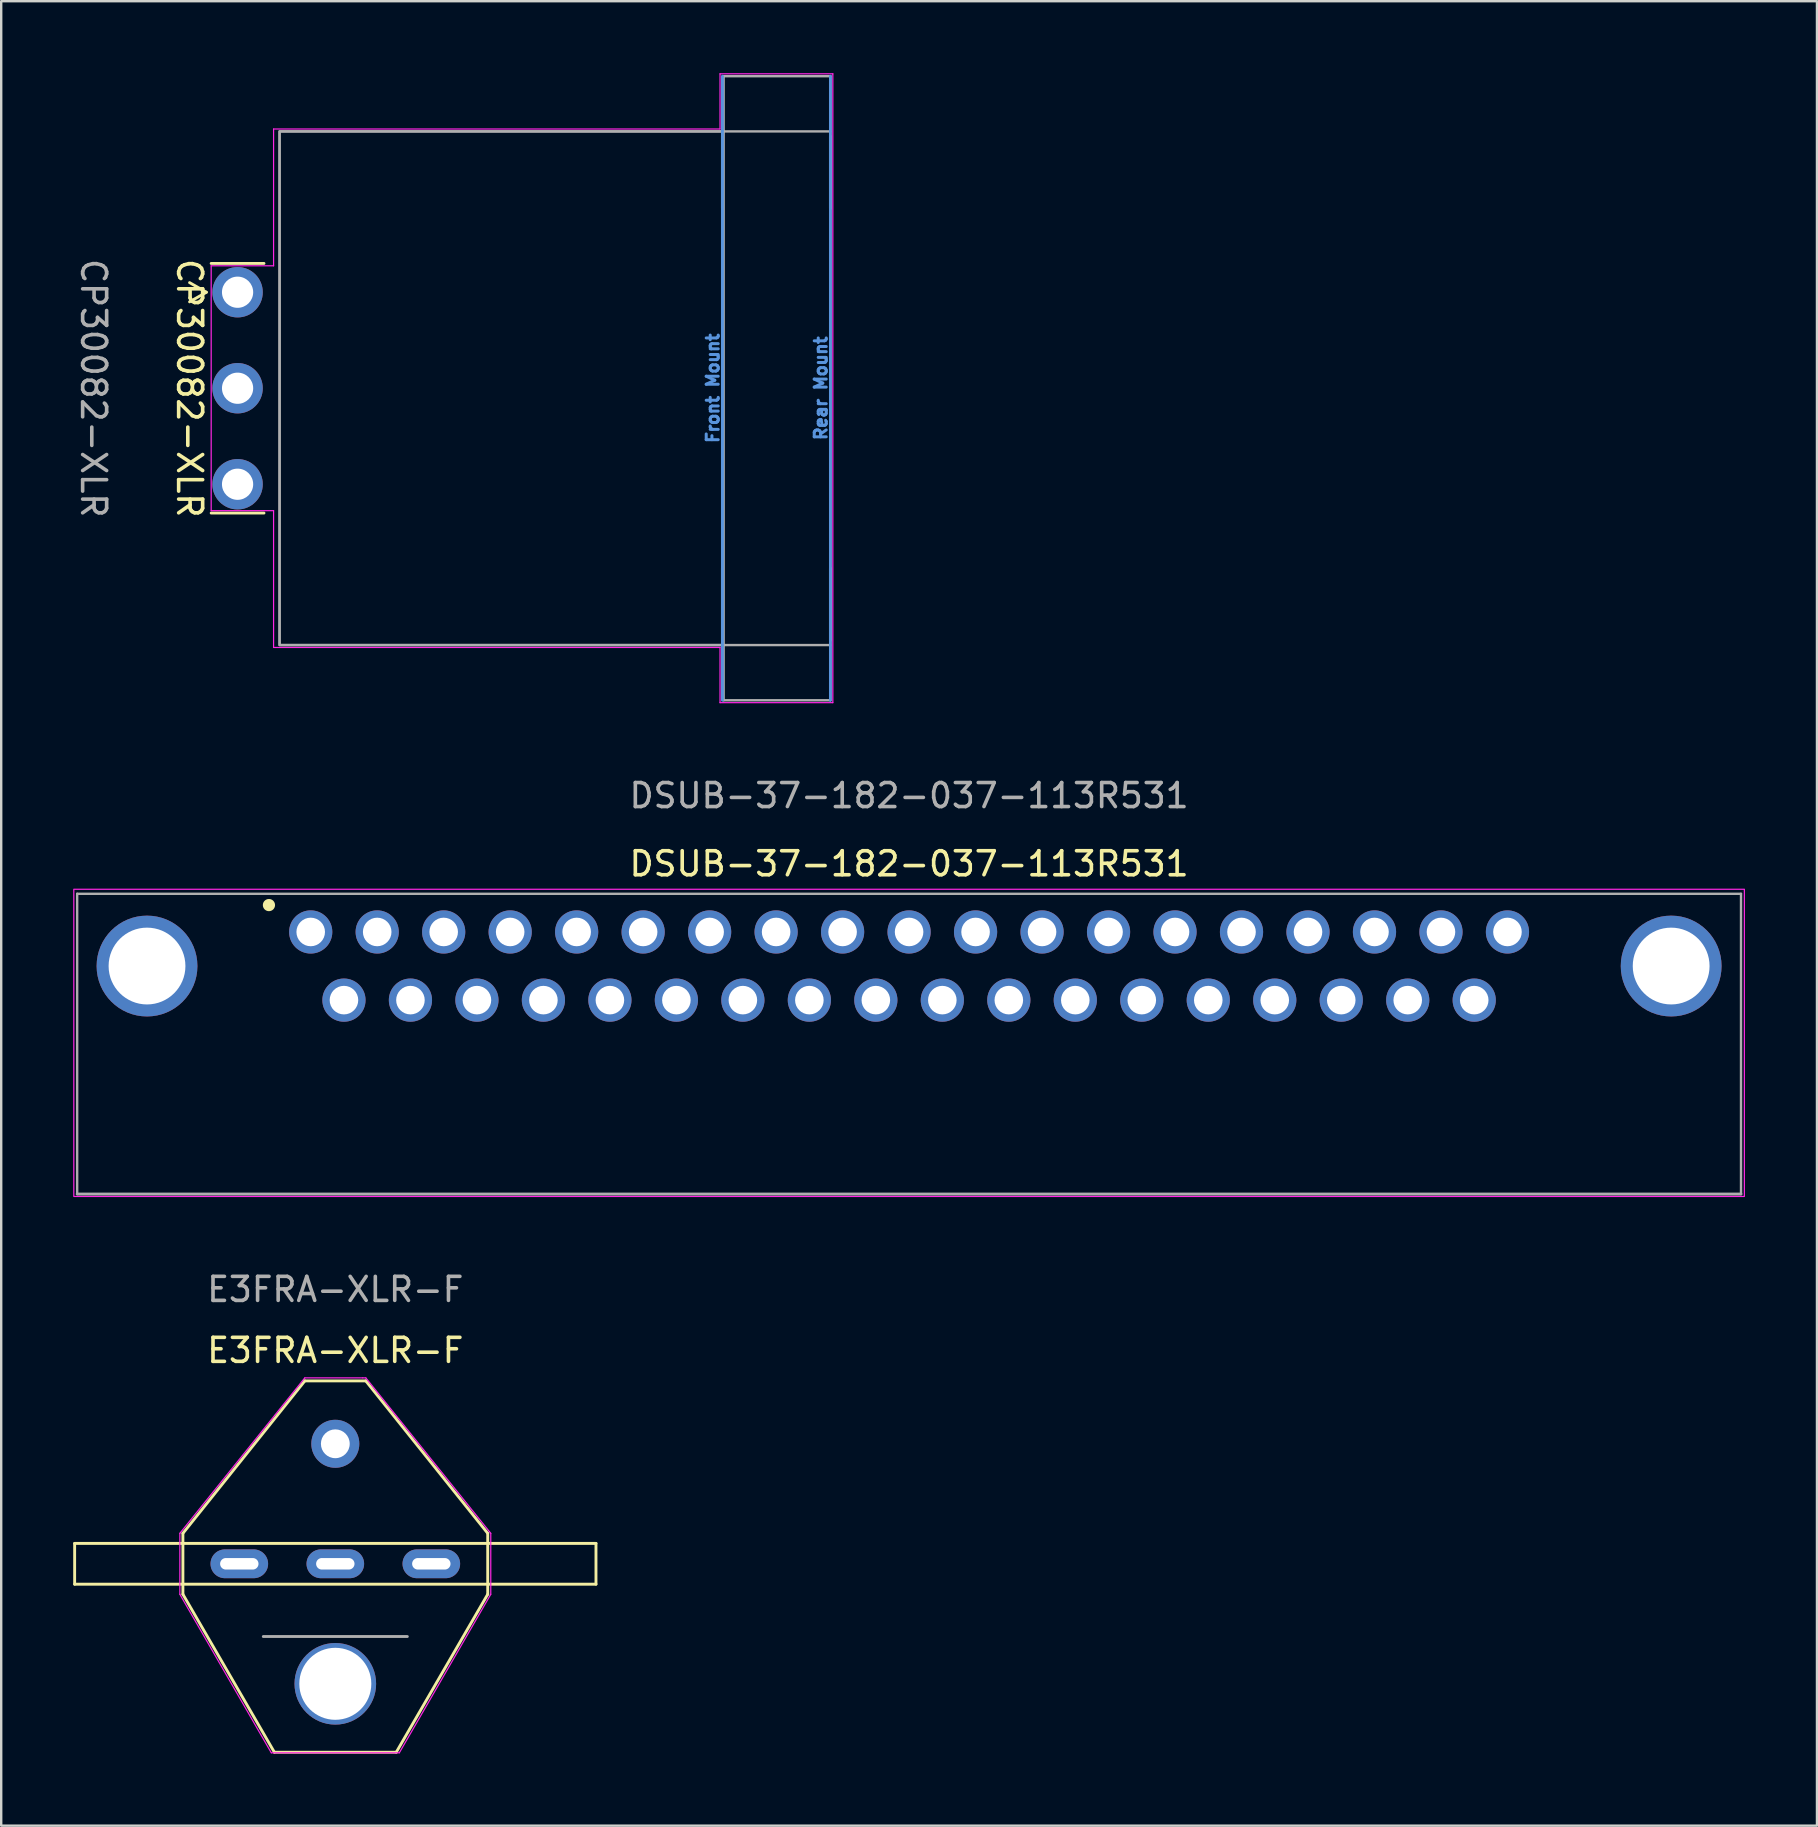
<source format=kicad_pcb>
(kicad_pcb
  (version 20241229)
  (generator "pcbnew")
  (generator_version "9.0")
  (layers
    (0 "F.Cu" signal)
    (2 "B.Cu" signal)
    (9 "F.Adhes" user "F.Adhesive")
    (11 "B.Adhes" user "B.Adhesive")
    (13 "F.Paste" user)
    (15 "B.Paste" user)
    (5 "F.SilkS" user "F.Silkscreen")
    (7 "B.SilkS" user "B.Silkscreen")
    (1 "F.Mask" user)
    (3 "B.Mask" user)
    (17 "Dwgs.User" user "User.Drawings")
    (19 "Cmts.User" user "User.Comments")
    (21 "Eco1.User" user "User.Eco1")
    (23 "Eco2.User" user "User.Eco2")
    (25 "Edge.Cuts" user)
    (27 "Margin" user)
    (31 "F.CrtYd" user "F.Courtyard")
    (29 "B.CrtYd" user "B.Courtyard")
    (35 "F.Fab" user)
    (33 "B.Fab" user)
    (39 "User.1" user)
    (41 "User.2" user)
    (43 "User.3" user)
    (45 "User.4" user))
  (footprint "DSUB-37-182-037-113R531"
    (layer "F.Cu")
    (at 34.825 37.198)
    (property "Reference" "DSUB-37-182-037-113R531" (at 0 -4.26 0) (unlocked yes) (layer "F.SilkS") (effects (font (size 1 1) (thickness 0.15))))
    (attr through_hole)
    (fp_circle (center -26.67 -2.54) (end -26.416 -2.54) (stroke (width 0) (type solid)) (fill yes) (layer "F.SilkS"))
    (fp_rect (start -34.8 -3.2) (end 34.8 9.6) (stroke (width 0.05) (type solid)) (fill no) (layer "F.CrtYd"))
    (fp_line (start -34.66 -3.01) (end 34.66 -3.01) (stroke (width 0.1) (type solid)) (layer "F.Fab"))
    (fp_line (start -34.66 9.5) (end -34.66 -3.01) (stroke (width 0.1) (type solid)) (layer "F.Fab"))
    (fp_line (start -34.66 9.5) (end 34.66 9.5) (stroke (width 0.12) (type solid)) (layer "F.Fab"))
    (fp_line (start 34.66 -3.01) (end 34.66 9.5) (stroke (width 0.1) (type solid)) (layer "F.Fab"))
    (fp_text user "${REFERENCE}" (at 0 -7.1 0) (unlocked yes) (layer "F.Fab") (effects (font (size 1 1) (thickness 0.15))))
    (pad "0" thru_hole circle (at -31.75 0) (size 4.2 4.2) (drill 3.2) (layers "*.Cu" "*.Mask"))
    (pad "0" thru_hole circle (at 31.75 0) (size 4.2 4.2) (drill 3.2) (layers "*.Cu" "*.Mask"))
    (pad "1" thru_hole circle (at -24.93 -1.42) (size 1.8 1.8) (drill 1.19) (layers "*.Cu" "*.Mask"))
    (pad "2" thru_hole circle (at -22.16 -1.42) (size 1.8 1.8) (drill 1.19) (layers "*.Cu" "*.Mask"))
    (pad "3" thru_hole circle (at -19.39 -1.42) (size 1.8 1.8) (drill 1.19) (layers "*.Cu" "*.Mask"))
    (pad "4" thru_hole circle (at -16.62 -1.42) (size 1.8 1.8) (drill 1.19) (layers "*.Cu" "*.Mask"))
    (pad "5" thru_hole circle (at -13.85 -1.42) (size 1.8 1.8) (drill 1.19) (layers "*.Cu" "*.Mask"))
    (pad "6" thru_hole circle (at -11.08 -1.42) (size 1.8 1.8) (drill 1.19) (layers "*.Cu" "*.Mask"))
    (pad "7" thru_hole circle (at -8.31 -1.42) (size 1.8 1.8) (drill 1.19) (layers "*.Cu" "*.Mask"))
    (pad "8" thru_hole circle (at -5.54 -1.42) (size 1.8 1.8) (drill 1.19) (layers "*.Cu" "*.Mask"))
    (pad "9" thru_hole circle (at -2.77 -1.42) (size 1.8 1.8) (drill 1.19) (layers "*.Cu" "*.Mask"))
    (pad "10" thru_hole circle (at 0 -1.42) (size 1.8 1.8) (drill 1.19) (layers "*.Cu" "*.Mask"))
    (pad "11" thru_hole circle (at 2.77 -1.42) (size 1.8 1.8) (drill 1.19) (layers "*.Cu" "*.Mask"))
    (pad "12" thru_hole circle (at 5.54 -1.42) (size 1.8 1.8) (drill 1.19) (layers "*.Cu" "*.Mask"))
    (pad "13" thru_hole circle (at 8.31 -1.42) (size 1.8 1.8) (drill 1.19) (layers "*.Cu" "*.Mask"))
    (pad "14" thru_hole circle (at 11.08 -1.42) (size 1.8 1.8) (drill 1.19) (layers "*.Cu" "*.Mask"))
    (pad "15" thru_hole circle (at 13.85 -1.42) (size 1.8 1.8) (drill 1.19) (layers "*.Cu" "*.Mask"))
    (pad "16" thru_hole circle (at 16.62 -1.42) (size 1.8 1.8) (drill 1.19) (layers "*.Cu" "*.Mask"))
    (pad "17" thru_hole circle (at 19.39 -1.42) (size 1.8 1.8) (drill 1.19) (layers "*.Cu" "*.Mask"))
    (pad "18" thru_hole circle (at 22.16 -1.42) (size 1.8 1.8) (drill 1.19) (layers "*.Cu" "*.Mask"))
    (pad "19" thru_hole circle (at 24.93 -1.42) (size 1.8 1.8) (drill 1.19) (layers "*.Cu" "*.Mask"))
    (pad "20" thru_hole circle (at -23.545 1.42) (size 1.8 1.8) (drill 1.19) (layers "*.Cu" "*.Mask"))
    (pad "21" thru_hole circle (at -20.775 1.42) (size 1.8 1.8) (drill 1.19) (layers "*.Cu" "*.Mask"))
    (pad "22" thru_hole circle (at -18.005 1.42) (size 1.8 1.8) (drill 1.19) (layers "*.Cu" "*.Mask"))
    (pad "23" thru_hole circle (at -15.235 1.42) (size 1.8 1.8) (drill 1.19) (layers "*.Cu" "*.Mask"))
    (pad "24" thru_hole circle (at -12.465 1.42) (size 1.8 1.8) (drill 1.19) (layers "*.Cu" "*.Mask"))
    (pad "25" thru_hole circle (at -9.695 1.42) (size 1.8 1.8) (drill 1.19) (layers "*.Cu" "*.Mask"))
    (pad "26" thru_hole circle (at -6.925 1.42) (size 1.8 1.8) (drill 1.19) (layers "*.Cu" "*.Mask"))
    (pad "27" thru_hole circle (at -4.155 1.42) (size 1.8 1.8) (drill 1.19) (layers "*.Cu" "*.Mask"))
    (pad "28" thru_hole circle (at -1.385 1.42) (size 1.8 1.8) (drill 1.19) (layers "*.Cu" "*.Mask"))
    (pad "29" thru_hole circle (at 1.385 1.42) (size 1.8 1.8) (drill 1.19) (layers "*.Cu" "*.Mask"))
    (pad "30" thru_hole circle (at 4.155 1.42) (size 1.8 1.8) (drill 1.19) (layers "*.Cu" "*.Mask"))
    (pad "31" thru_hole circle (at 6.925 1.42) (size 1.8 1.8) (drill 1.19) (layers "*.Cu" "*.Mask"))
    (pad "32" thru_hole circle (at 9.695 1.42) (size 1.8 1.8) (drill 1.19) (layers "*.Cu" "*.Mask"))
    (pad "33" thru_hole circle (at 12.465 1.42) (size 1.8 1.8) (drill 1.19) (layers "*.Cu" "*.Mask"))
    (pad "34" thru_hole circle (at 15.235 1.42) (size 1.8 1.8) (drill 1.19) (layers "*.Cu" "*.Mask"))
    (pad "35" thru_hole circle (at 18.005 1.42) (size 1.8 1.8) (drill 1.19) (layers "*.Cu" "*.Mask"))
    (pad "36" thru_hole circle (at 20.775 1.42) (size 1.8 1.8) (drill 1.19) (layers "*.Cu" "*.Mask"))
    (pad "37" thru_hole circle (at 23.545 1.42) (size 1.8 1.8) (drill 1.19) (layers "*.Cu" "*.Mask")))
  (footprint "E3FRA-XLR-F"
    (layer "F.Cu")
    (at 10.92 62.102)
    (property "Reference" "E3FRA-XLR-F" (at 0 -8.89 0) (unlocked yes) (layer "F.SilkS") (effects (font (size 1 1) (thickness 0.15))))
    (attr through_hole)
    (fp_line (start -10.86 -0.85) (end 10.86 -0.85) (stroke (width 0.12) (type solid)) (layer "F.SilkS"))
    (fp_line (start -10.86 0.85) (end -10.86 -0.85) (stroke (width 0.12) (type solid)) (layer "F.SilkS"))
    (fp_line (start -6.35 -1.27) (end -1.27 -7.62) (stroke (width 0.12) (type solid)) (layer "F.SilkS"))
    (fp_line (start -6.35 1.27) (end -6.35 -1.27) (stroke (width 0.12) (type solid)) (layer "F.SilkS"))
    (fp_line (start -2.54 7.85) (end -6.35 1.27) (stroke (width 0.12) (type solid)) (layer "F.SilkS"))
    (fp_line (start -2.54 7.85) (end 2.54 7.85) (stroke (width 0.12) (type solid)) (layer "F.SilkS"))
    (fp_line (start -1.27 -7.62) (end 1.27 -7.62) (stroke (width 0.12) (type solid)) (layer "F.SilkS"))
    (fp_line (start 1.27 -7.62) (end 6.35 -1.27) (stroke (width 0.12) (type solid)) (layer "F.SilkS"))
    (fp_line (start 6.35 -1.27) (end 6.35 1.27) (stroke (width 0.12) (type solid)) (layer "F.SilkS"))
    (fp_line (start 6.35 1.27) (end 2.54 7.85) (stroke (width 0.12) (type solid)) (layer "F.SilkS"))
    (fp_line (start 10.86 -0.85) (end 10.86 0.85) (stroke (width 0.12) (type solid)) (layer "F.SilkS"))
    (fp_line (start 10.86 0.85) (end -10.86 0.85) (stroke (width 0.12) (type solid)) (layer "F.SilkS"))
    (fp_line (start -6.477 -1.27) (end -1.27 -7.747) (stroke (width 0.05) (type solid)) (layer "F.CrtYd"))
    (fp_line (start -6.477 1.27) (end -6.477 -1.27) (stroke (width 0.05) (type solid)) (layer "F.CrtYd"))
    (fp_line (start -2.667 7.874) (end -6.477 1.27) (stroke (width 0.05) (type solid)) (layer "F.CrtYd"))
    (fp_line (start -1.27 -7.747) (end 1.143 -7.747) (stroke (width 0.05) (type solid)) (layer "F.CrtYd"))
    (fp_line (start 1.143 -7.747) (end 1.27 -7.747) (stroke (width 0.05) (type solid)) (layer "F.CrtYd"))
    (fp_line (start 1.27 -7.747) (end 6.477 -1.27) (stroke (width 0.05) (type solid)) (layer "F.CrtYd"))
    (fp_line (start 2.667 7.874) (end -2.667 7.874) (stroke (width 0.05) (type solid)) (layer "F.CrtYd"))
    (fp_line (start 2.667 7.874) (end 6.477 1.27) (stroke (width 0.05) (type solid)) (layer "F.CrtYd"))
    (fp_line (start 6.477 -1.27) (end 6.477 1.27) (stroke (width 0.05) (type solid)) (layer "F.CrtYd"))
    (fp_line (start -3 3.03) (end 3 3.03) (stroke (width 0.12) (type solid)) (layer "F.Fab"))
    (fp_text user "${REFERENCE}" (at 0 -11.43 0) (unlocked yes) (layer "F.Fab") (effects (font (size 1 1) (thickness 0.15))))
    (pad "1" thru_hole oval (at -4 0) (size 2.4 1.2) (drill oval 1.6 0.48) (layers "*.Cu" "*.Mask"))
    (pad "2" thru_hole oval (at 4 0) (size 2.4 1.2) (drill oval 1.6 0.48) (layers "*.Cu" "*.Mask"))
    (pad "3" thru_hole oval (at 0 0) (size 2.4 1.2) (drill oval 1.6 0.48) (layers "*.Cu" "*.Mask"))
    (pad "G" thru_hole circle (at 0 -5) (size 2 2) (drill 1.2) (layers "*.Cu" "*.Mask"))
    (pad "G" thru_hole circle (at 0 5) (size 3.4 3.4) (drill 3) (layers "*.Cu" "*.Mask")))
  (footprint "CP30082-XLR"
    (layer "F.Cu")
    (at 6.848 13.125)
    (property "Reference" "CP30082-XLR" (at -2 0 270) (unlocked yes) (layer "F.SilkS") (effects (font (size 1 1) (thickness 0.15))))
    (attr through_hole)
    (fp_line (start -2 -4.4) (end -1.3 -4) (stroke (width 0.12) (type solid)) (layer "F.SilkS"))
    (fp_line (start -1.3 -4) (end -2 -3.6) (stroke (width 0.12) (type solid)) (layer "F.SilkS"))
    (fp_line (start -1.1 -5.2) (end 1.1 -5.2) (stroke (width 0.12) (type solid)) (layer "F.SilkS"))
    (fp_line (start -1.1 5.2) (end 1.1 5.2) (stroke (width 0.12) (type solid)) (layer "F.SilkS"))
    (fp_line (start 20.2 -10.5) (end 20.2 -7.5) (stroke (width 0.12) (type solid)) (layer "F.SilkS"))
    (fp_line (start 20.2 7.5) (end 20.2 10.5) (stroke (width 0.12) (type solid)) (layer "F.SilkS"))
    (fp_line (start 24.7 -10.5) (end 24.7 -7.5) (stroke (width 0.12) (type solid)) (layer "F.SilkS"))
    (fp_line (start 24.7 7.5) (end 24.7 10.5) (stroke (width 0.12) (type solid)) (layer "F.SilkS"))
    (fp_line (start 20.2 -13) (end 20.2 13) (stroke (width 0.12) (type solid)) (layer "Cmts.User"))
    (fp_line (start 24.7 -13) (end 24.7 13) (stroke (width 0.12) (type solid)) (layer "Cmts.User"))
    (fp_line (start -1.1 -5.1) (end 1.5 -5.1) (stroke (width 0.05) (type solid)) (layer "F.CrtYd"))
    (fp_line (start -1.1 5.1) (end -1.1 -5.1) (stroke (width 0.05) (type solid)) (layer "F.CrtYd"))
    (fp_line (start 1.5 -10.8) (end 20.1 -10.8) (stroke (width 0.05) (type solid)) (layer "F.CrtYd"))
    (fp_line (start 1.5 -5.1) (end 1.5 -10.8) (stroke (width 0.05) (type solid)) (layer "F.CrtYd"))
    (fp_line (start 1.5 5.1) (end -1.1 5.1) (stroke (width 0.05) (type solid)) (layer "F.CrtYd"))
    (fp_line (start 1.5 10.8) (end 1.5 5.1) (stroke (width 0.05) (type solid)) (layer "F.CrtYd"))
    (fp_line (start 20.1 -13.1) (end 24.8 -13.1) (stroke (width 0.05) (type solid)) (layer "F.CrtYd"))
    (fp_line (start 20.1 -10.8) (end 20.1 -13.1) (stroke (width 0.05) (type solid)) (layer "F.CrtYd"))
    (fp_line (start 20.1 10.8) (end 1.5 10.8) (stroke (width 0.05) (type solid)) (layer "F.CrtYd"))
    (fp_line (start 20.1 13.1) (end 20.1 10.8) (stroke (width 0.05) (type solid)) (layer "F.CrtYd"))
    (fp_line (start 24.8 -13.1) (end 24.8 13.1) (stroke (width 0.05) (type solid)) (layer "F.CrtYd"))
    (fp_line (start 24.8 13.1) (end 20.1 13.1) (stroke (width 0.05) (type solid)) (layer "F.CrtYd"))
    (fp_line (start 20.25 -10.7) (end 20.25 -13) (stroke (width 0.1) (type solid)) (layer "F.Fab"))
    (fp_line (start 20.25 10.7) (end 20.25 13) (stroke (width 0.1) (type solid)) (layer "F.Fab"))
    (fp_line (start 24.7 -13) (end 20.25 -13) (stroke (width 0.1) (type solid)) (layer "F.Fab"))
    (fp_line (start 24.7 -10.7) (end 24.7 -13) (stroke (width 0.1) (type solid)) (layer "F.Fab"))
    (fp_line (start 24.7 13) (end 20.25 13) (stroke (width 0.1) (type solid)) (layer "F.Fab"))
    (fp_line (start 24.7 13) (end 24.7 10.7) (stroke (width 0.1) (type solid)) (layer "F.Fab"))
    (fp_rect (start 1.75 -10.7) (end 20.25 10.7) (stroke (width 0.1) (type solid)) (fill no) (layer "F.Fab"))
    (fp_rect (start 1.75 -10.7) (end 24.7 10.7) (stroke (width 0.1) (type solid)) (fill no) (layer "F.Fab"))
    (fp_line (start 15 -9.5) (end 19 -9.5) (stroke (width 0.12) (type solid)) (layer "User.3"))
    (fp_line (start 15 9.5) (end 19 9.5) (stroke (width 0.12) (type solid)) (layer "User.3"))
    (fp_text user "Rear Mount" (at 24.3 0 90) (unlocked yes) (layer "Cmts.User") (effects (font (size 0.5 0.5) (thickness 0.125))))
    (fp_text user "Front Mount" (at 19.8 0 90) (unlocked yes) (layer "Cmts.User") (effects (font (size 0.5 0.5) (thickness 0.125))))
    (fp_text user "${REFERENCE}" (at -6 0 270) (unlocked yes) (layer "F.Fab") (effects (font (size 1 1) (thickness 0.15))))
    (pad "1" thru_hole circle (at 0 -4) (size 2.1 2.1) (drill 1.3) (layers "*.Cu" "*.Mask"))
    (pad "2" thru_hole circle (at 0 0) (size 2.1 2.1) (drill 1.3) (layers "*.Cu" "*.Mask"))
    (pad "3" thru_hole circle (at 0 4) (size 2.1 2.1) (drill 1.3) (layers "*.Cu" "*.Mask")))
  (gr_rect
    (start -3 -3)
    (end 72.65 73.011)
    (stroke (width 0.1) (type default))
    (fill no)
    (layer "Edge.Cuts")))
</source>
